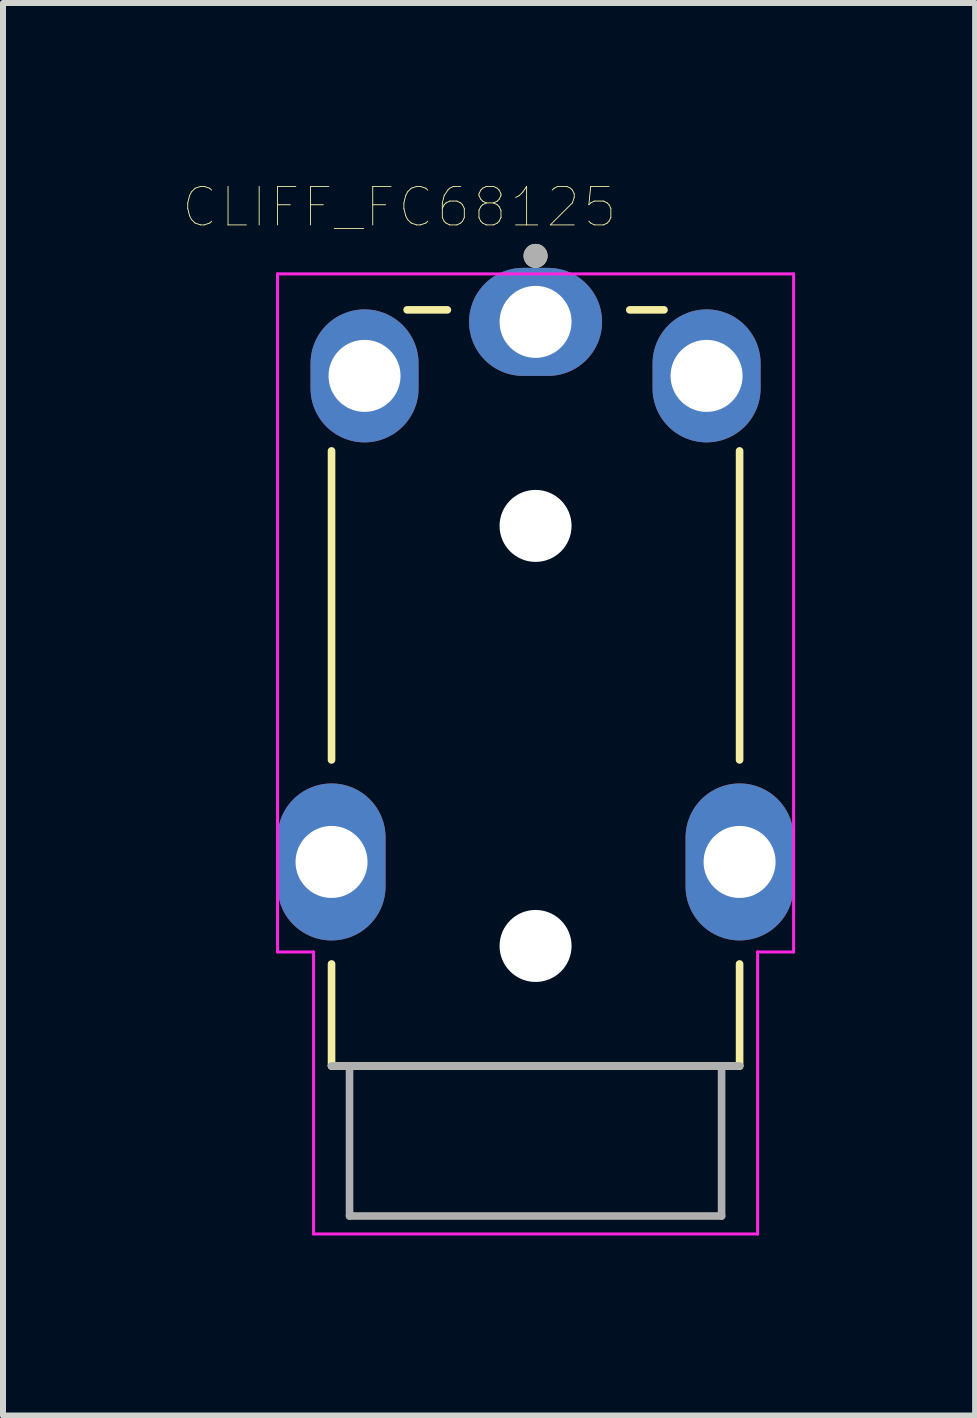
<source format=kicad_pcb>
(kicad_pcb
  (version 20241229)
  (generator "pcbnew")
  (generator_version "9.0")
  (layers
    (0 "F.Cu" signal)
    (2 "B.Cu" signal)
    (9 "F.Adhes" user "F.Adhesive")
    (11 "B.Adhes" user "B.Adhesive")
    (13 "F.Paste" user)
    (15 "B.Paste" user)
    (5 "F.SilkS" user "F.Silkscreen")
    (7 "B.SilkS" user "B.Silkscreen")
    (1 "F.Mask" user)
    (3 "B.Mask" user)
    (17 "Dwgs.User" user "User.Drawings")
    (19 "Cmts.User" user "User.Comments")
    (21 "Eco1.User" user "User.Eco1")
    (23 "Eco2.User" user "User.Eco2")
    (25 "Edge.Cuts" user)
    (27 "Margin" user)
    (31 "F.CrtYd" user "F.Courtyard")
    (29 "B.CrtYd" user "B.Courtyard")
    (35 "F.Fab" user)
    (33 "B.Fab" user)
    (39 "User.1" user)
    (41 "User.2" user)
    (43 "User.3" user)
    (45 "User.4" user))
  (footprint "CLIFF_FC68125"
    (layer "F.Cu")
    (at 5.875 5.714)
    (property "Reference" "CLIFF_FC68125" (at -2.271 -5.312 0) (layer "F.SilkS") (effects (font (size 0.641 0.641) (thickness 0.015))))
    (attr through_hole)
    (fp_line (start -3.4 -1.25) (end -3.4 3.9) (stroke (width 0.127) (type solid)) (layer "F.SilkS"))
    (fp_line (start -3.4 7.3) (end -3.4 9) (stroke (width 0.127) (type solid)) (layer "F.SilkS"))
    (fp_line (start -3.4 9) (end 3.4 9) (stroke (width 0.127) (type solid)) (layer "F.SilkS"))
    (fp_line (start -2.14 -3.6) (end -1.47 -3.6) (stroke (width 0.127) (type solid)) (layer "F.SilkS"))
    (fp_line (start 1.57 -3.6) (end 2.14 -3.6) (stroke (width 0.127) (type solid)) (layer "F.SilkS"))
    (fp_line (start 3.4 -1.25) (end 3.4 3.9) (stroke (width 0.127) (type solid)) (layer "F.SilkS"))
    (fp_line (start 3.4 9) (end 3.4 7.3) (stroke (width 0.127) (type solid)) (layer "F.SilkS"))
    (fp_circle (center 0 -4.5) (end 0.1 -4.5) (stroke (width 0.2) (type solid)) (fill no) (layer "F.SilkS"))
    (fp_line (start -4.3 -4.2) (end 4.3 -4.2) (stroke (width 0.05) (type solid)) (layer "F.CrtYd"))
    (fp_line (start -4.3 7.1) (end -4.3 -4.2) (stroke (width 0.05) (type solid)) (layer "F.CrtYd"))
    (fp_line (start -3.7 7.1) (end -4.3 7.1) (stroke (width 0.05) (type solid)) (layer "F.CrtYd"))
    (fp_line (start -3.7 11.8) (end -3.7 7.1) (stroke (width 0.05) (type solid)) (layer "F.CrtYd"))
    (fp_line (start 3.7 7.1) (end 3.7 11.8) (stroke (width 0.05) (type solid)) (layer "F.CrtYd"))
    (fp_line (start 3.7 11.8) (end -3.7 11.8) (stroke (width 0.05) (type solid)) (layer "F.CrtYd"))
    (fp_line (start 4.3 -4.2) (end 4.3 7.1) (stroke (width 0.05) (type solid)) (layer "F.CrtYd"))
    (fp_line (start 4.3 7.1) (end 3.7 7.1) (stroke (width 0.05) (type solid)) (layer "F.CrtYd"))
    (fp_line (start -3.1 9) (end -3.4 9) (stroke (width 0.127) (type solid)) (layer "F.Fab"))
    (fp_line (start -3.1 9) (end -3.1 11.5) (stroke (width 0.127) (type solid)) (layer "F.Fab"))
    (fp_line (start -3.1 11.5) (end 3.1 11.5) (stroke (width 0.127) (type solid)) (layer "F.Fab"))
    (fp_line (start 3.1 9) (end -3.1 9) (stroke (width 0.127) (type solid)) (layer "F.Fab"))
    (fp_line (start 3.1 11.5) (end 3.1 9) (stroke (width 0.127) (type solid)) (layer "F.Fab"))
    (fp_line (start 3.4 9) (end 3.1 9) (stroke (width 0.127) (type solid)) (layer "F.Fab"))
    (fp_circle (center 0 -4.5) (end 0.1 -4.5) (stroke (width 0.2) (type solid)) (fill no) (layer "F.Fab"))
    (pad "" np_thru_hole circle (at 0 0) (size 1.2 1.2) (drill 1.2) (layers "*.Cu" "*.Mask"))
    (pad "" np_thru_hole circle (at 0 7) (size 1.2 1.2) (drill 1.2) (layers "*.Cu" "*.Mask"))
    (pad "1" thru_hole oval (at 0 -3.4) (size 2.216 1.8) (drill 1.2) (layers "*.Cu" "*.Mask"))
    (pad "2" thru_hole oval (at -2.85 -2.5) (size 1.8 2.216) (drill 1.2) (layers "*.Cu" "*.Mask"))
    (pad "3.1" thru_hole oval (at -3.4 5.6) (size 1.8 2.616) (drill 1.2) (layers "*.Cu" "*.Mask"))
    (pad "3.2" thru_hole oval (at 3.4 5.6) (size 1.8 2.616) (drill 1.2) (layers "*.Cu" "*.Mask"))
    (pad "6" thru_hole oval (at 2.85 -2.5) (size 1.8 2.216) (drill 1.2) (layers "*.Cu" "*.Mask")))
  (gr_rect
    (start -3 -3)
    (end 13.2 20.539)
    (stroke (width 0.1) (type default))
    (fill no)
    (layer "Edge.Cuts")))
</source>
